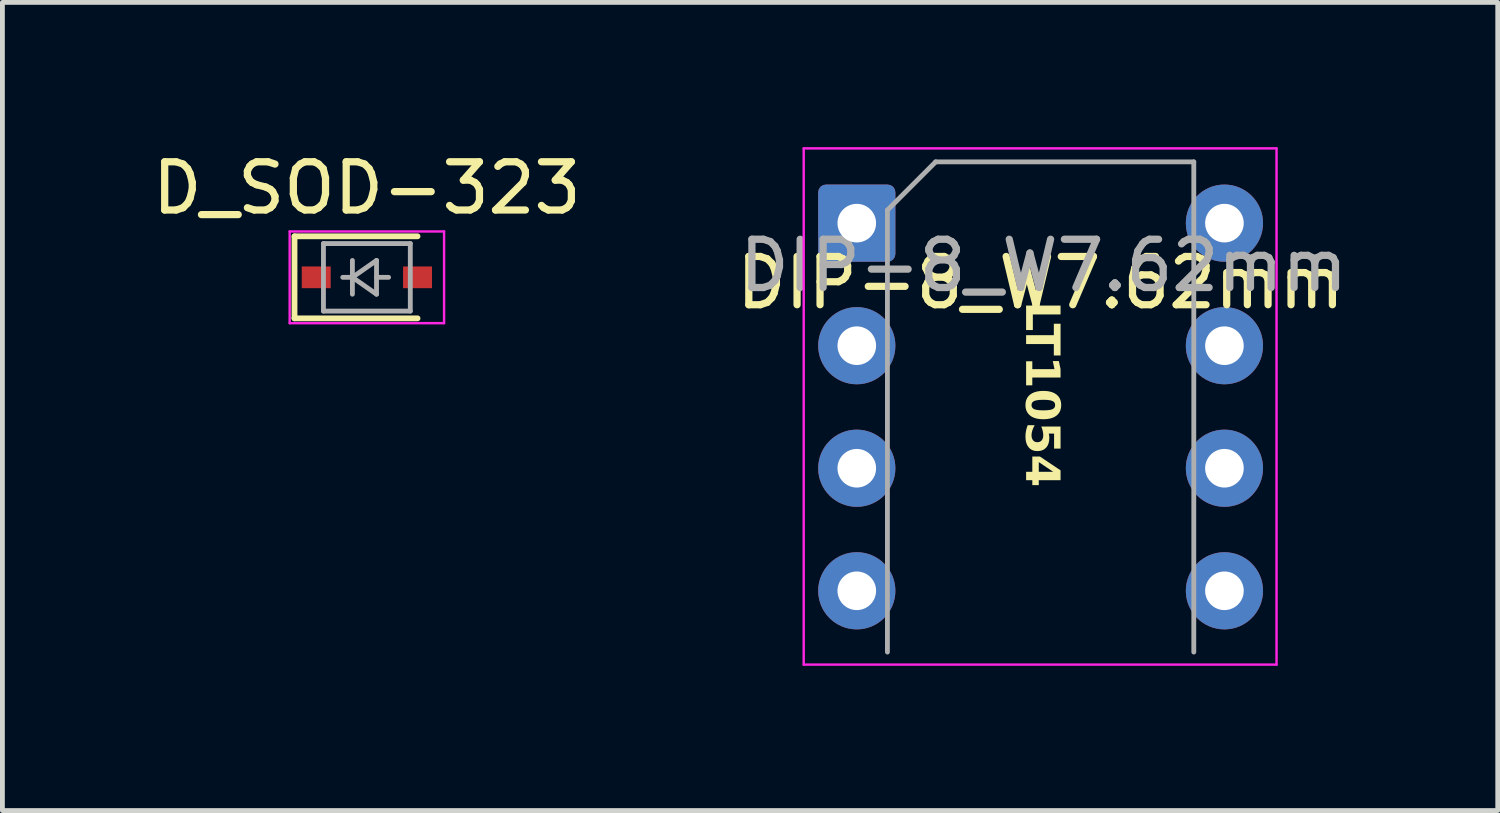
<source format=kicad_pcb>
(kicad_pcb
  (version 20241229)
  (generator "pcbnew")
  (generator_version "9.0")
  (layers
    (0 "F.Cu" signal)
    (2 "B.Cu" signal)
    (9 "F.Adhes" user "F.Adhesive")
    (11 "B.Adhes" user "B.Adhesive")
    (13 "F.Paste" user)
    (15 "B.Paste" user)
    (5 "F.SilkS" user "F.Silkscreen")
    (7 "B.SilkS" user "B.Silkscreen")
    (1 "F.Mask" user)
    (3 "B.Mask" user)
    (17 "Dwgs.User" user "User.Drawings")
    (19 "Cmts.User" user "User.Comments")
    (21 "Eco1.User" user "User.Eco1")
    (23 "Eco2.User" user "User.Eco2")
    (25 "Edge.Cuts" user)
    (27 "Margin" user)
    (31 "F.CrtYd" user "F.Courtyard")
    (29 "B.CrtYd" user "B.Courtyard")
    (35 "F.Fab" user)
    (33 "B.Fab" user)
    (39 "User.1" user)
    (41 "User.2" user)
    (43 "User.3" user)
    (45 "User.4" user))
  (footprint "DIP-8_W7.62mm"
    (layer "F.Cu")
    (at 14.708 1.575)
    (property "Reference" "DIP-8_W7.62mm" (at 3.81 1.236 0) (layer "F.SilkS") (effects (font (size 1 1) (thickness 0.15))))
    (attr through_hole)
    (fp_line (start -1.1 -1.55) (end -1.1 9.15) (stroke (width 0.05) (type solid)) (layer "F.CrtYd"))
    (fp_line (start -1.1 9.15) (end 8.7 9.15) (stroke (width 0.05) (type solid)) (layer "F.CrtYd"))
    (fp_line (start 8.7 -1.55) (end -1.1 -1.55) (stroke (width 0.05) (type solid)) (layer "F.CrtYd"))
    (fp_line (start 8.7 9.15) (end 8.7 -1.55) (stroke (width 0.05) (type solid)) (layer "F.CrtYd"))
    (fp_line (start 0.635 -0.27) (end 1.635 -1.27) (stroke (width 0.1) (type solid)) (layer "F.Fab"))
    (fp_line (start 0.635 8.89) (end 0.635 -0.27) (stroke (width 0.1) (type solid)) (layer "F.Fab"))
    (fp_line (start 1.635 -1.27) (end 6.985 -1.27) (stroke (width 0.1) (type solid)) (layer "F.Fab"))
    (fp_line (start 6.985 -1.27) (end 6.985 8.89) (stroke (width 0.1) (type solid)) (layer "F.Fab"))
    (fp_text user "LT1054" (at 3.8 3.547 270) (unlocked yes) (layer "F.SilkS") (effects (font (face "Eurostile Next LT Com") (size 0.7 0.7) (thickness 0.12) (bold yes))))
    (fp_text user "${REFERENCE}" (at 3.874 0.879 0) (layer "F.Fab") (effects (font (size 1 1) (thickness 0.15))))
    (pad "1" thru_hole roundrect (at 0 0) (size 1.6 1.6) (drill 0.8) (layers "*.Cu" "*.Mask") (roundrect_rratio 0.1))
    (pad "2" thru_hole oval (at 0 2.54) (size 1.6 1.6) (drill 0.8) (layers "*.Cu" "*.Mask"))
    (pad "3" thru_hole oval (at 0 5.08) (size 1.6 1.6) (drill 0.8) (layers "*.Cu" "*.Mask"))
    (pad "4" thru_hole oval (at 0 7.62) (size 1.6 1.6) (drill 0.8) (layers "*.Cu" "*.Mask"))
    (pad "5" thru_hole oval (at 7.62 7.62) (size 1.6 1.6) (drill 0.8) (layers "*.Cu" "*.Mask"))
    (pad "6" thru_hole oval (at 7.62 5.08) (size 1.6 1.6) (drill 0.8) (layers "*.Cu" "*.Mask"))
    (pad "7" thru_hole oval (at 7.62 2.54) (size 1.6 1.6) (drill 0.8) (layers "*.Cu" "*.Mask"))
    (pad "8" thru_hole oval (at 7.62 0) (size 1.6 1.6) (drill 0.8) (layers "*.Cu" "*.Mask")))
  (footprint "D_SOD-323"
    (layer "F.Cu")
    (at 4.554 2.698)
    (property "Reference" "D_SOD-323" (at 0 -1.85 0) (layer "F.SilkS") (effects (font (size 1 1) (thickness 0.15))))
    (attr smd)
    (fp_line (start -1.5 -0.85) (end -1.5 0.85) (stroke (width 0.12) (type solid)) (layer "F.SilkS"))
    (fp_line (start -1.5 -0.85) (end 1.05 -0.85) (stroke (width 0.12) (type solid)) (layer "F.SilkS"))
    (fp_line (start -1.5 0.85) (end 1.05 0.85) (stroke (width 0.12) (type solid)) (layer "F.SilkS"))
    (fp_line (start -1.6 -0.95) (end -1.6 0.95) (stroke (width 0.05) (type solid)) (layer "F.CrtYd"))
    (fp_line (start -1.6 -0.95) (end 1.6 -0.95) (stroke (width 0.05) (type solid)) (layer "F.CrtYd"))
    (fp_line (start -1.6 0.95) (end 1.6 0.95) (stroke (width 0.05) (type solid)) (layer "F.CrtYd"))
    (fp_line (start 1.6 -0.95) (end 1.6 0.95) (stroke (width 0.05) (type solid)) (layer "F.CrtYd"))
    (fp_line (start -0.9 -0.7) (end 0.9 -0.7) (stroke (width 0.1) (type solid)) (layer "F.Fab"))
    (fp_line (start -0.9 0.7) (end -0.9 -0.7) (stroke (width 0.1) (type solid)) (layer "F.Fab"))
    (fp_line (start -0.3 -0.35) (end -0.3 0.35) (stroke (width 0.1) (type solid)) (layer "F.Fab"))
    (fp_line (start -0.3 0) (end -0.5 0) (stroke (width 0.1) (type solid)) (layer "F.Fab"))
    (fp_line (start -0.3 0) (end 0.2 -0.35) (stroke (width 0.1) (type solid)) (layer "F.Fab"))
    (fp_line (start 0.2 -0.35) (end 0.2 0.35) (stroke (width 0.1) (type solid)) (layer "F.Fab"))
    (fp_line (start 0.2 0) (end 0.45 0) (stroke (width 0.1) (type solid)) (layer "F.Fab"))
    (fp_line (start 0.2 0.35) (end -0.3 0) (stroke (width 0.1) (type solid)) (layer "F.Fab"))
    (fp_line (start 0.9 -0.7) (end 0.9 0.7) (stroke (width 0.1) (type solid)) (layer "F.Fab"))
    (fp_line (start 0.9 0.7) (end -0.9 0.7) (stroke (width 0.1) (type solid)) (layer "F.Fab"))
    (pad "1" smd rect (at -1.05 0 180) (size 0.6 0.45) (layers "F.Cu" "F.Mask" "F.Paste"))
    (pad "2" smd rect (at 1.05 0 180) (size 0.6 0.45) (layers "F.Cu" "F.Mask" "F.Paste")))
  (gr_rect
    (start -3 -3)
    (end 27.993 13.75)
    (stroke (width 0.1) (type default))
    (fill no)
    (layer "Edge.Cuts")))
</source>
